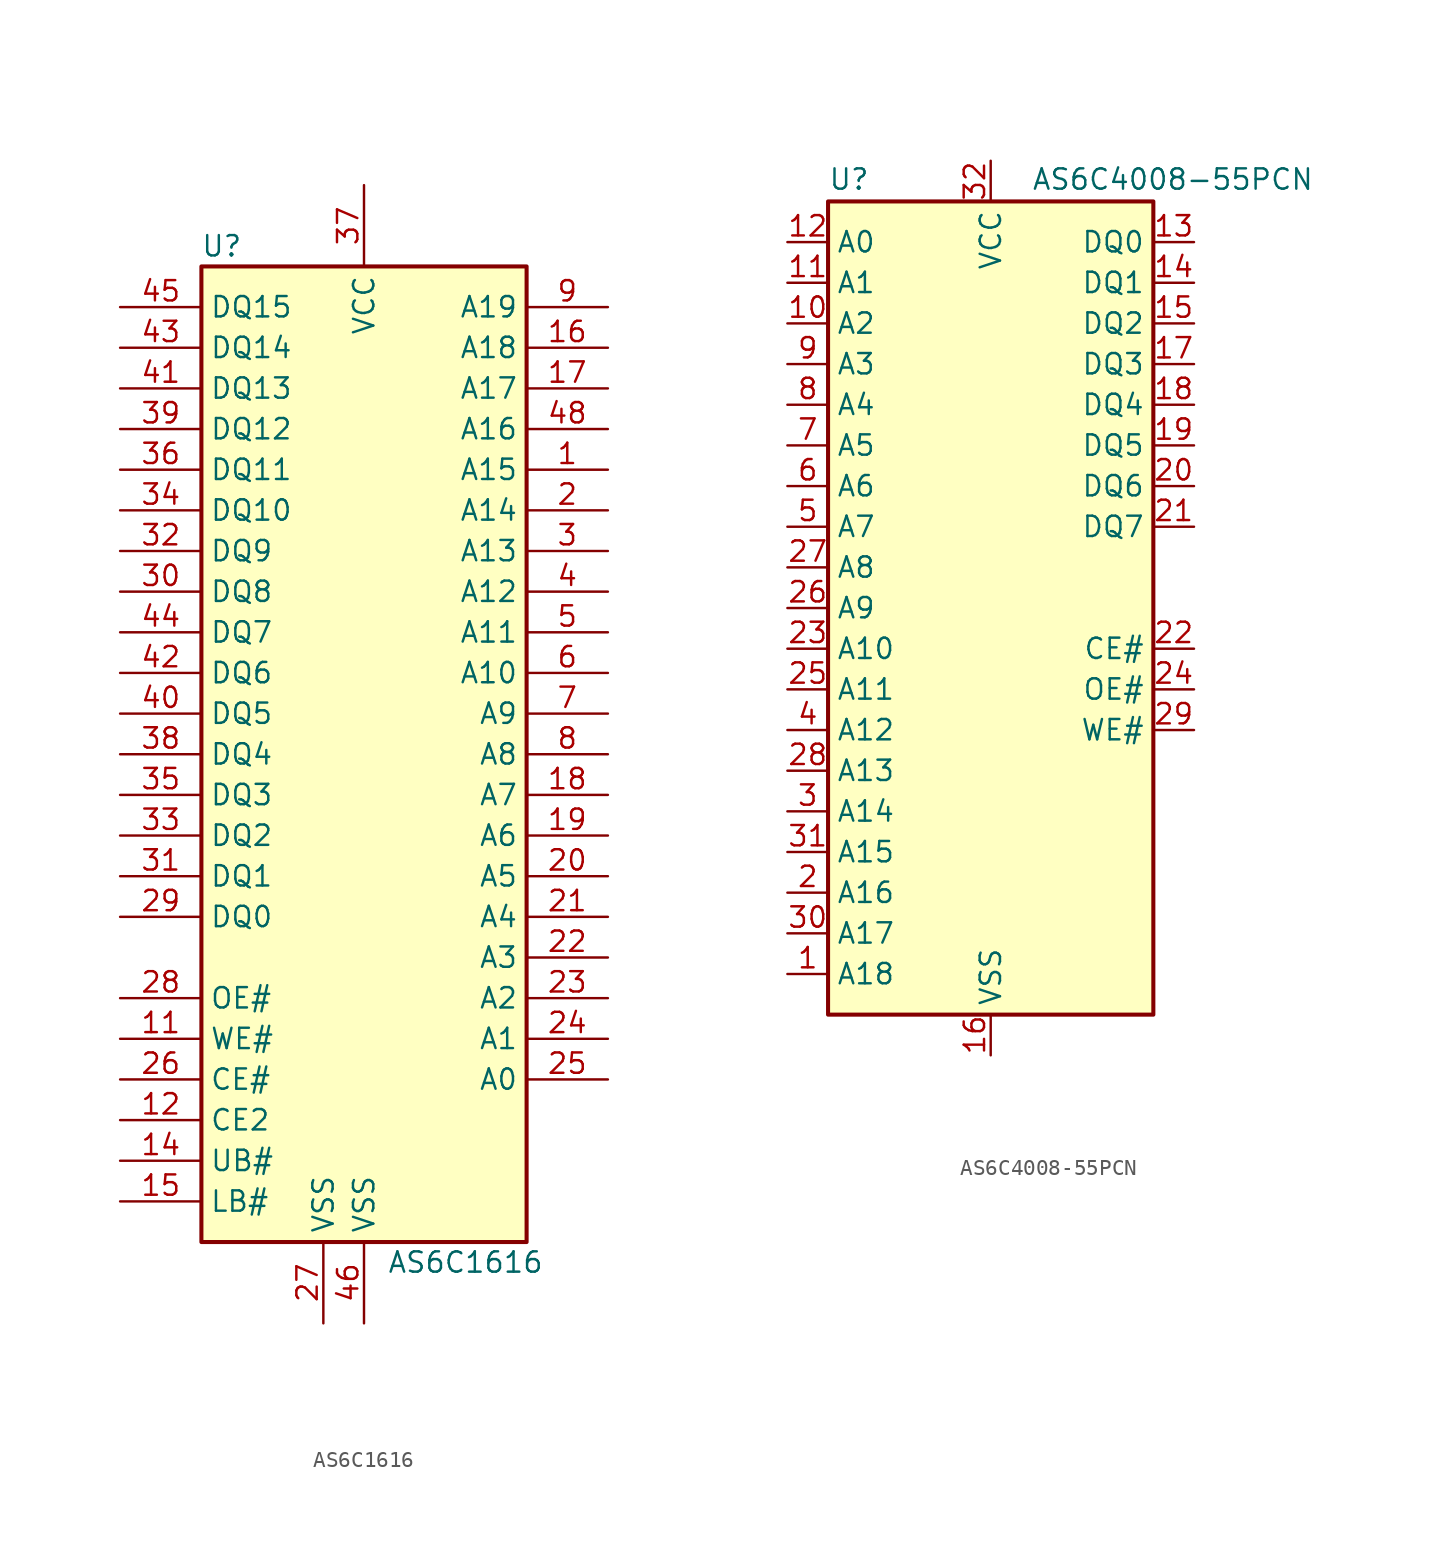
<source format=kicad_sym>
(kicad_symbol_lib
  (version 20200908)
  (generator kicad_symbol_editor)
  (symbol "Memory_RAM:AS6C1616"
    (property "Reference" "U"
      (at -8.89 31.75 0)
      (effects (font (size 1.27 1.27))))
    (property "Value" "AS6C1616"
      (at 6.35 -31.75 0)
      (effects (font (size 1.27 1.27))))
    (symbol "AS6C1616_0_1"
      (rectangle (start -10.16 30.48) (end 10.16 -30.48) (stroke (width 0.254)) (fill (type background))))
    (symbol "AS6C1616_1_1"
      (pin input line (at 15.24 17.78 180) (length 5.08) (name "A15" (effects (font (size 1.27 1.27)))) (number "1" (effects (font (size 1.27 1.27)))))
      (pin unconnected line (at 10.16 -22.86 180) (length 0) hide (name "NC" (effects (font (size 1.27 1.27)))) (number "10" (effects (font (size 1.27 1.27)))))
      (pin input line (at -15.24 -17.78 0) (length 5.08) (name "WE#" (effects (font (size 1.27 1.27)))) (number "11" (effects (font (size 1.27 1.27)))))
      (pin input line (at -15.24 -22.86 0) (length 5.08) (name "CE2" (effects (font (size 1.27 1.27)))) (number "12" (effects (font (size 1.27 1.27)))))
      (pin unconnected line (at 10.16 -25.4 180) (length 0) hide (name "NC" (effects (font (size 1.27 1.27)))) (number "13" (effects (font (size 1.27 1.27)))))
      (pin input line (at -15.24 -25.4 0) (length 5.08) (name "UB#" (effects (font (size 1.27 1.27)))) (number "14" (effects (font (size 1.27 1.27)))))
      (pin input line (at -15.24 -27.94 0) (length 5.08) (name "LB#" (effects (font (size 1.27 1.27)))) (number "15" (effects (font (size 1.27 1.27)))))
      (pin input line (at 15.24 25.4 180) (length 5.08) (name "A18" (effects (font (size 1.27 1.27)))) (number "16" (effects (font (size 1.27 1.27)))))
      (pin input line (at 15.24 22.86 180) (length 5.08) (name "A17" (effects (font (size 1.27 1.27)))) (number "17" (effects (font (size 1.27 1.27)))))
      (pin input line (at 15.24 -2.54 180) (length 5.08) (name "A7" (effects (font (size 1.27 1.27)))) (number "18" (effects (font (size 1.27 1.27)))))
      (pin input line (at 15.24 -5.08 180) (length 5.08) (name "A6" (effects (font (size 1.27 1.27)))) (number "19" (effects (font (size 1.27 1.27)))))
      (pin input line (at 15.24 15.24 180) (length 5.08) (name "A14" (effects (font (size 1.27 1.27)))) (number "2" (effects (font (size 1.27 1.27)))))
      (pin input line (at 15.24 -7.62 180) (length 5.08) (name "A5" (effects (font (size 1.27 1.27)))) (number "20" (effects (font (size 1.27 1.27)))))
      (pin input line (at 15.24 -10.16 180) (length 5.08) (name "A4" (effects (font (size 1.27 1.27)))) (number "21" (effects (font (size 1.27 1.27)))))
      (pin input line (at 15.24 -12.7 180) (length 5.08) (name "A3" (effects (font (size 1.27 1.27)))) (number "22" (effects (font (size 1.27 1.27)))))
      (pin input line (at 15.24 -15.24 180) (length 5.08) (name "A2" (effects (font (size 1.27 1.27)))) (number "23" (effects (font (size 1.27 1.27)))))
      (pin input line (at 15.24 -17.78 180) (length 5.08) (name "A1" (effects (font (size 1.27 1.27)))) (number "24" (effects (font (size 1.27 1.27)))))
      (pin input line (at 15.24 -20.32 180) (length 5.08) (name "A0" (effects (font (size 1.27 1.27)))) (number "25" (effects (font (size 1.27 1.27)))))
      (pin input line (at -15.24 -20.32 0) (length 5.08) (name "CE#" (effects (font (size 1.27 1.27)))) (number "26" (effects (font (size 1.27 1.27)))))
      (pin power_in line (at -2.54 -35.56 90) (length 5.08) (name "VSS" (effects (font (size 1.27 1.27)))) (number "27" (effects (font (size 1.27 1.27)))))
      (pin input line (at -15.24 -15.24 0) (length 5.08) (name "OE#" (effects (font (size 1.27 1.27)))) (number "28" (effects (font (size 1.27 1.27)))))
      (pin bidirectional line (at -15.24 -10.16 0) (length 5.08) (name "DQ0" (effects (font (size 1.27 1.27)))) (number "29" (effects (font (size 1.27 1.27)))))
      (pin input line (at 15.24 12.7 180) (length 5.08) (name "A13" (effects (font (size 1.27 1.27)))) (number "3" (effects (font (size 1.27 1.27)))))
      (pin bidirectional line (at -15.24 10.16 0) (length 5.08) (name "DQ8" (effects (font (size 1.27 1.27)))) (number "30" (effects (font (size 1.27 1.27)))))
      (pin bidirectional line (at -15.24 -7.62 0) (length 5.08) (name "DQ1" (effects (font (size 1.27 1.27)))) (number "31" (effects (font (size 1.27 1.27)))))
      (pin bidirectional line (at -15.24 12.7 0) (length 5.08) (name "DQ9" (effects (font (size 1.27 1.27)))) (number "32" (effects (font (size 1.27 1.27)))))
      (pin bidirectional line (at -15.24 -5.08 0) (length 5.08) (name "DQ2" (effects (font (size 1.27 1.27)))) (number "33" (effects (font (size 1.27 1.27)))))
      (pin bidirectional line (at -15.24 15.24 0) (length 5.08) (name "DQ10" (effects (font (size 1.27 1.27)))) (number "34" (effects (font (size 1.27 1.27)))))
      (pin bidirectional line (at -15.24 -2.54 0) (length 5.08) (name "DQ3" (effects (font (size 1.27 1.27)))) (number "35" (effects (font (size 1.27 1.27)))))
      (pin bidirectional line (at -15.24 17.78 0) (length 5.08) (name "DQ11" (effects (font (size 1.27 1.27)))) (number "36" (effects (font (size 1.27 1.27)))))
      (pin power_in line (at 0 35.56 270) (length 5.08) (name "VCC" (effects (font (size 1.27 1.27)))) (number "37" (effects (font (size 1.27 1.27)))))
      (pin bidirectional line (at -15.24 0 0) (length 5.08) (name "DQ4" (effects (font (size 1.27 1.27)))) (number "38" (effects (font (size 1.27 1.27)))))
      (pin bidirectional line (at -15.24 20.32 0) (length 5.08) (name "DQ12" (effects (font (size 1.27 1.27)))) (number "39" (effects (font (size 1.27 1.27)))))
      (pin input line (at 15.24 10.16 180) (length 5.08) (name "A12" (effects (font (size 1.27 1.27)))) (number "4" (effects (font (size 1.27 1.27)))))
      (pin bidirectional line (at -15.24 2.54 0) (length 5.08) (name "DQ5" (effects (font (size 1.27 1.27)))) (number "40" (effects (font (size 1.27 1.27)))))
      (pin bidirectional line (at -15.24 22.86 0) (length 5.08) (name "DQ13" (effects (font (size 1.27 1.27)))) (number "41" (effects (font (size 1.27 1.27)))))
      (pin bidirectional line (at -15.24 5.08 0) (length 5.08) (name "DQ6" (effects (font (size 1.27 1.27)))) (number "42" (effects (font (size 1.27 1.27)))))
      (pin bidirectional line (at -15.24 25.4 0) (length 5.08) (name "DQ14" (effects (font (size 1.27 1.27)))) (number "43" (effects (font (size 1.27 1.27)))))
      (pin bidirectional line (at -15.24 7.62 0) (length 5.08) (name "DQ7" (effects (font (size 1.27 1.27)))) (number "44" (effects (font (size 1.27 1.27)))))
      (pin input line (at -15.24 27.94 0) (length 5.08) (name "DQ15" (effects (font (size 1.27 1.27)))) (number "45" (effects (font (size 1.27 1.27)))))
      (pin power_in line (at 0 -35.56 90) (length 5.08) (name "VSS" (effects (font (size 1.27 1.27)))) (number "46" (effects (font (size 1.27 1.27)))))
      (pin unconnected line (at 10.16 -27.94 180) (length 0) hide (name "NC" (effects (font (size 1.27 1.27)))) (number "47" (effects (font (size 1.27 1.27)))))
      (pin input line (at 15.24 20.32 180) (length 5.08) (name "A16" (effects (font (size 1.27 1.27)))) (number "48" (effects (font (size 1.27 1.27)))))
      (pin input line (at 15.24 7.62 180) (length 5.08) (name "A11" (effects (font (size 1.27 1.27)))) (number "5" (effects (font (size 1.27 1.27)))))
      (pin input line (at 15.24 5.08 180) (length 5.08) (name "A10" (effects (font (size 1.27 1.27)))) (number "6" (effects (font (size 1.27 1.27)))))
      (pin input line (at 15.24 2.54 180) (length 5.08) (name "A9" (effects (font (size 1.27 1.27)))) (number "7" (effects (font (size 1.27 1.27)))))
      (pin input line (at 15.24 0 180) (length 5.08) (name "A8" (effects (font (size 1.27 1.27)))) (number "8" (effects (font (size 1.27 1.27)))))
      (pin input line (at 15.24 27.94 180) (length 5.08) (name "A19" (effects (font (size 1.27 1.27)))) (number "9" (effects (font (size 1.27 1.27)))))))
  (symbol "Memory_RAM:AS6C4008-55PCN"
    (property "Reference" "U"
      (at -10.16 26.035 0)
      (effects (font (size 1.27 1.27)) (justify left bottom)))
    (property "Value" "AS6C4008-55PCN"
      (at 2.54 26.035 0)
      (effects (font (size 1.27 1.27)) (justify left bottom)))
    (symbol "AS6C4008-55PCN_0_1"
      (rectangle (start -10.16 25.4) (end 10.16 -25.4) (stroke (width 0.254)) (fill (type background))))
    (symbol "AS6C4008-55PCN_0_0"
      (pin power_in line (at 0 -27.94 90) (length 2.54) (name "VSS" (effects (font (size 1.27 1.27)))) (number "16" (effects (font (size 1.27 1.27)))))
      (pin power_in line (at 0 27.94 270) (length 2.54) (name "VCC" (effects (font (size 1.27 1.27)))) (number "32" (effects (font (size 1.27 1.27))))))
    (symbol "AS6C4008-55PCN_1_1"
      (pin input line (at -12.7 -22.86 0) (length 2.54) (name "A18" (effects (font (size 1.27 1.27)))) (number "1" (effects (font (size 1.27 1.27)))))
      (pin input line (at -12.7 17.78 0) (length 2.54) (name "A2" (effects (font (size 1.27 1.27)))) (number "10" (effects (font (size 1.27 1.27)))))
      (pin input line (at -12.7 20.32 0) (length 2.54) (name "A1" (effects (font (size 1.27 1.27)))) (number "11" (effects (font (size 1.27 1.27)))))
      (pin input line (at -12.7 22.86 0) (length 2.54) (name "A0" (effects (font (size 1.27 1.27)))) (number "12" (effects (font (size 1.27 1.27)))))
      (pin tri_state line (at 12.7 22.86 180) (length 2.54) (name "DQ0" (effects (font (size 1.27 1.27)))) (number "13" (effects (font (size 1.27 1.27)))))
      (pin tri_state line (at 12.7 20.32 180) (length 2.54) (name "DQ1" (effects (font (size 1.27 1.27)))) (number "14" (effects (font (size 1.27 1.27)))))
      (pin tri_state line (at 12.7 17.78 180) (length 2.54) (name "DQ2" (effects (font (size 1.27 1.27)))) (number "15" (effects (font (size 1.27 1.27)))))
      (pin tri_state line (at 12.7 15.24 180) (length 2.54) (name "DQ3" (effects (font (size 1.27 1.27)))) (number "17" (effects (font (size 1.27 1.27)))))
      (pin tri_state line (at 12.7 12.7 180) (length 2.54) (name "DQ4" (effects (font (size 1.27 1.27)))) (number "18" (effects (font (size 1.27 1.27)))))
      (pin tri_state line (at 12.7 10.16 180) (length 2.54) (name "DQ5" (effects (font (size 1.27 1.27)))) (number "19" (effects (font (size 1.27 1.27)))))
      (pin input line (at -12.7 -17.78 0) (length 2.54) (name "A16" (effects (font (size 1.27 1.27)))) (number "2" (effects (font (size 1.27 1.27)))))
      (pin tri_state line (at 12.7 7.62 180) (length 2.54) (name "DQ6" (effects (font (size 1.27 1.27)))) (number "20" (effects (font (size 1.27 1.27)))))
      (pin tri_state line (at 12.7 5.08 180) (length 2.54) (name "DQ7" (effects (font (size 1.27 1.27)))) (number "21" (effects (font (size 1.27 1.27)))))
      (pin input line (at 12.7 -2.54 180) (length 2.54) (name "CE#" (effects (font (size 1.27 1.27)))) (number "22" (effects (font (size 1.27 1.27)))))
      (pin input line (at -12.7 -2.54 0) (length 2.54) (name "A10" (effects (font (size 1.27 1.27)))) (number "23" (effects (font (size 1.27 1.27)))))
      (pin input line (at 12.7 -5.08 180) (length 2.54) (name "OE#" (effects (font (size 1.27 1.27)))) (number "24" (effects (font (size 1.27 1.27)))))
      (pin input line (at -12.7 -5.08 0) (length 2.54) (name "A11" (effects (font (size 1.27 1.27)))) (number "25" (effects (font (size 1.27 1.27)))))
      (pin input line (at -12.7 0 0) (length 2.54) (name "A9" (effects (font (size 1.27 1.27)))) (number "26" (effects (font (size 1.27 1.27)))))
      (pin input line (at -12.7 2.54 0) (length 2.54) (name "A8" (effects (font (size 1.27 1.27)))) (number "27" (effects (font (size 1.27 1.27)))))
      (pin input line (at -12.7 -10.16 0) (length 2.54) (name "A13" (effects (font (size 1.27 1.27)))) (number "28" (effects (font (size 1.27 1.27)))))
      (pin input line (at 12.7 -7.62 180) (length 2.54) (name "WE#" (effects (font (size 1.27 1.27)))) (number "29" (effects (font (size 1.27 1.27)))))
      (pin input line (at -12.7 -12.7 0) (length 2.54) (name "A14" (effects (font (size 1.27 1.27)))) (number "3" (effects (font (size 1.27 1.27)))))
      (pin input line (at -12.7 -20.32 0) (length 2.54) (name "A17" (effects (font (size 1.27 1.27)))) (number "30" (effects (font (size 1.27 1.27)))))
      (pin input line (at -12.7 -15.24 0) (length 2.54) (name "A15" (effects (font (size 1.27 1.27)))) (number "31" (effects (font (size 1.27 1.27)))))
      (pin input line (at -12.7 -7.62 0) (length 2.54) (name "A12" (effects (font (size 1.27 1.27)))) (number "4" (effects (font (size 1.27 1.27)))))
      (pin input line (at -12.7 5.08 0) (length 2.54) (name "A7" (effects (font (size 1.27 1.27)))) (number "5" (effects (font (size 1.27 1.27)))))
      (pin input line (at -12.7 7.62 0) (length 2.54) (name "A6" (effects (font (size 1.27 1.27)))) (number "6" (effects (font (size 1.27 1.27)))))
      (pin input line (at -12.7 10.16 0) (length 2.54) (name "A5" (effects (font (size 1.27 1.27)))) (number "7" (effects (font (size 1.27 1.27)))))
      (pin input line (at -12.7 12.7 0) (length 2.54) (name "A4" (effects (font (size 1.27 1.27)))) (number "8" (effects (font (size 1.27 1.27)))))
      (pin input line (at -12.7 15.24 0) (length 2.54) (name "A3" (effects (font (size 1.27 1.27)))) (number "9" (effects (font (size 1.27 1.27))))))))
</source>
